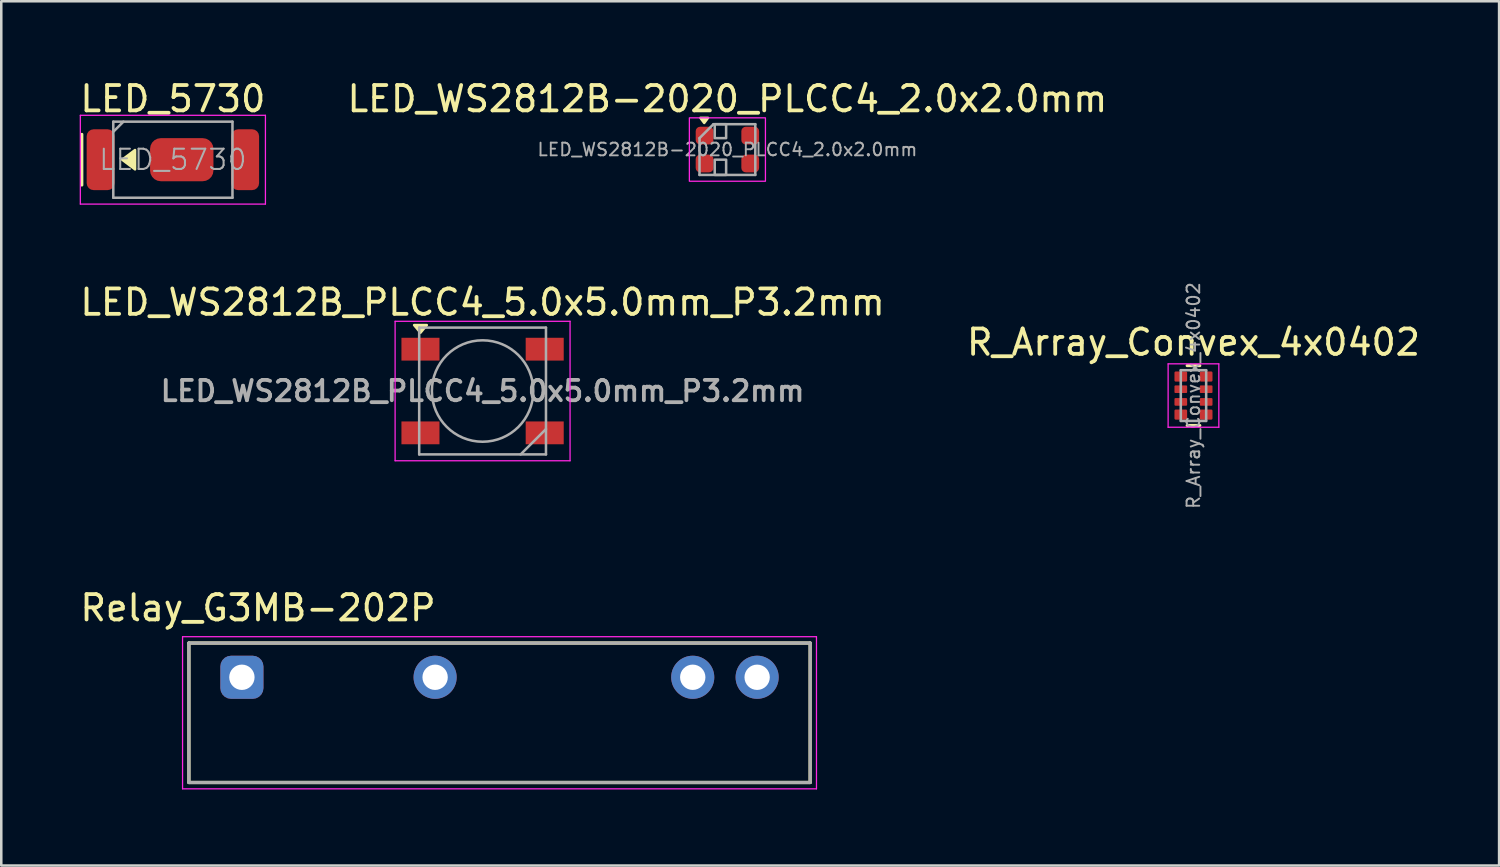
<source format=kicad_pcb>
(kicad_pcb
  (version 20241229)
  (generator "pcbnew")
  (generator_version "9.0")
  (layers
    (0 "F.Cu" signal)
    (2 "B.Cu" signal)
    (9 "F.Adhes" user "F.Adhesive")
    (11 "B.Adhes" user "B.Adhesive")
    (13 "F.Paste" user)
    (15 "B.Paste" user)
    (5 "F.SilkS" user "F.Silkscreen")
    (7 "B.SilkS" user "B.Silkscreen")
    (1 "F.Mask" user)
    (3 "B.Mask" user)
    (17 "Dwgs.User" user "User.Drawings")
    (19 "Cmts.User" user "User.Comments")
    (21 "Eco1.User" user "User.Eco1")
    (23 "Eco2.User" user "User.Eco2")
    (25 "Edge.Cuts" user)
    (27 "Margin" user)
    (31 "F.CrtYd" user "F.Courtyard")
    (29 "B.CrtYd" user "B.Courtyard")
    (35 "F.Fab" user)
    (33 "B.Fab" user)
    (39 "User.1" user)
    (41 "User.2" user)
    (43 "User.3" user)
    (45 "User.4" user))
  (footprint "R_Array_Convex_4x0402"
    (layer "F.Cu")
    (at 44.018 12.55)
    (property "Reference" "R_Array_Convex_4x0402" (at 0 -2.1 0) (layer "F.SilkS") (effects (font (size 1 1) (thickness 0.15))))
    (attr smd)
    (fp_line (start 0.25 -1.18) (end -0.25 -1.18) (stroke (width 0.12) (type solid)) (layer "F.SilkS"))
    (fp_line (start 0.25 1.18) (end -0.25 1.18) (stroke (width 0.12) (type solid)) (layer "F.SilkS"))
    (fp_line (start -1 -1.25) (end -1 1.25) (stroke (width 0.05) (type solid)) (layer "F.CrtYd"))
    (fp_line (start -1 -1.25) (end 1 -1.25) (stroke (width 0.05) (type solid)) (layer "F.CrtYd"))
    (fp_line (start 1 1.25) (end -1 1.25) (stroke (width 0.05) (type solid)) (layer "F.CrtYd"))
    (fp_line (start 1 1.25) (end 1 -1.25) (stroke (width 0.05) (type solid)) (layer "F.CrtYd"))
    (fp_line (start -0.5 -1) (end 0.5 -1) (stroke (width 0.1) (type solid)) (layer "F.Fab"))
    (fp_line (start -0.5 1) (end -0.5 -1) (stroke (width 0.1) (type solid)) (layer "F.Fab"))
    (fp_line (start 0.5 -1) (end 0.5 1) (stroke (width 0.1) (type solid)) (layer "F.Fab"))
    (fp_line (start 0.5 1) (end -0.5 1) (stroke (width 0.1) (type solid)) (layer "F.Fab"))
    (fp_text user "${REFERENCE}" (at 0 0 90) (layer "F.Fab") (effects (font (size 0.5 0.5) (thickness 0.075))))
    (pad "1" smd roundrect (at -0.5 -0.75) (size 0.5 0.4) (layers "F.Cu" "F.Mask" "F.Paste") (roundrect_rratio 0.125))
    (pad "2" smd roundrect (at -0.5 -0.25) (size 0.5 0.3) (layers "F.Cu" "F.Mask" "F.Paste") (roundrect_rratio 0.125))
    (pad "3" smd roundrect (at -0.5 0.25) (size 0.5 0.3) (layers "F.Cu" "F.Mask" "F.Paste") (roundrect_rratio 0.125))
    (pad "4" smd roundrect (at -0.5 0.75) (size 0.5 0.4) (layers "F.Cu" "F.Mask" "F.Paste") (roundrect_rratio 0.125))
    (pad "5" smd roundrect (at 0.5 0.75) (size 0.5 0.4) (layers "F.Cu" "F.Mask" "F.Paste") (roundrect_rratio 0.125))
    (pad "6" smd roundrect (at 0.5 0.25) (size 0.5 0.3) (layers "F.Cu" "F.Mask" "F.Paste") (roundrect_rratio 0.125))
    (pad "7" smd roundrect (at 0.5 -0.25) (size 0.5 0.3) (layers "F.Cu" "F.Mask" "F.Paste") (roundrect_rratio 0.125))
    (pad "8" smd roundrect (at 0.5 -0.75) (size 0.5 0.4) (layers "F.Cu" "F.Mask" "F.Paste") (roundrect_rratio 0.125)))
  (footprint "Relay_G3MB-202P"
    (layer "F.Cu")
    (at 16.65 25.06)
    (property "Reference" "Relay_G3MB-202P" (at -9.525 -4.135 0) (layer "F.SilkS") (effects (font (size 1 1) (thickness 0.15))))
    (attr through_hole)
    (fp_line (start -12.25 -2.75) (end -12.25 2.75) (stroke (width 0.127) (type solid)) (layer "F.SilkS"))
    (fp_line (start -12.25 2.75) (end 12.25 2.75) (stroke (width 0.127) (type solid)) (layer "F.SilkS"))
    (fp_line (start 12.25 -2.75) (end -12.25 -2.75) (stroke (width 0.127) (type solid)) (layer "F.SilkS"))
    (fp_line (start 12.25 2.75) (end 12.25 -2.75) (stroke (width 0.127) (type solid)) (layer "F.SilkS"))
    (fp_line (start -12.5 -3) (end 12.5 -3) (stroke (width 0.05) (type solid)) (layer "F.CrtYd"))
    (fp_line (start -12.5 3) (end -12.5 -3) (stroke (width 0.05) (type solid)) (layer "F.CrtYd"))
    (fp_line (start 12.5 -3) (end 12.5 3) (stroke (width 0.05) (type solid)) (layer "F.CrtYd"))
    (fp_line (start 12.5 3) (end -12.5 3) (stroke (width 0.05) (type solid)) (layer "F.CrtYd"))
    (fp_line (start -12.25 -2.75) (end -12.25 2.75) (stroke (width 0.127) (type solid)) (layer "F.Fab"))
    (fp_line (start -12.25 2.75) (end 12.25 2.75) (stroke (width 0.127) (type solid)) (layer "F.Fab"))
    (fp_line (start 12.25 -2.75) (end -12.25 -2.75) (stroke (width 0.127) (type solid)) (layer "F.Fab"))
    (fp_line (start 12.25 2.75) (end 12.25 -2.75) (stroke (width 0.127) (type solid)) (layer "F.Fab"))
    (pad "1" thru_hole roundrect (at -10.16 -1.4) (size 1.7 1.7) (drill 1) (layers "*.Cu" "*.Mask") (roundrect_rratio 0.25))
    (pad "2" thru_hole circle (at -2.54 -1.4) (size 1.7 1.7) (drill 1) (layers "*.Cu" "*.Mask"))
    (pad "3" thru_hole circle (at 7.62 -1.4) (size 1.7 1.7) (drill 1) (layers "*.Cu" "*.Mask"))
    (pad "4" thru_hole circle (at 10.16 -1.4) (size 1.7 1.7) (drill 1) (layers "*.Cu" "*.Mask")))
  (footprint "LED_5730"
    (layer "F.Cu")
    (at 3.768 3.248)
    (property "Reference" "LED_5730" (at 0 -2.4 0) (layer "F.SilkS") (effects (font (size 1 1) (thickness 0.15))))
    (attr smd)
    (fp_line (start -3.59 1) (end -3.59 -1) (stroke (width 0.12) (type solid)) (layer "F.SilkS"))
    (fp_poly (pts (xy -1.492 -0.381) (xy -1.492 0.381) (xy -2 0)) (stroke (width 0.1) (type solid)) (fill yes) (layer "F.SilkS"))
    (fp_line (start -3.65 -1.75) (end 3.65 -1.75) (stroke (width 0.05) (type solid)) (layer "F.CrtYd"))
    (fp_line (start -3.65 1.75) (end -3.65 -1.75) (stroke (width 0.05) (type solid)) (layer "F.CrtYd"))
    (fp_line (start 3.65 -1.75) (end 3.65 1.75) (stroke (width 0.05) (type solid)) (layer "F.CrtYd"))
    (fp_line (start 3.65 1.75) (end -3.65 1.75) (stroke (width 0.05) (type solid)) (layer "F.CrtYd"))
    (fp_line (start -2.35 -1.5) (end 2.35 -1.5) (stroke (width 0.1) (type solid)) (layer "F.Fab"))
    (fp_line (start -2.35 -1.1) (end -1.95 -1.5) (stroke (width 0.1) (type solid)) (layer "F.Fab"))
    (fp_line (start -2.35 1.5) (end -2.35 -1.5) (stroke (width 0.1) (type solid)) (layer "F.Fab"))
    (fp_line (start 2.35 -1.5) (end 2.35 1.5) (stroke (width 0.1) (type solid)) (layer "F.Fab"))
    (fp_line (start 2.35 1.5) (end -2.35 1.5) (stroke (width 0.1) (type solid)) (layer "F.Fab"))
    (fp_text user "${REFERENCE}" (at 0 0 0) (layer "F.Fab") (effects (font (size 0.8 0.8) (thickness 0.08))))
    (pad "1" smd roundrect (at -2.85 0) (size 1.1 2.4) (layers "F.Cu" "F.Mask" "F.Paste") (roundrect_rratio 0.25))
    (pad "2" smd roundrect (at 0.35 0) (size 2.5 1.7) (layers "F.Cu" "F.Mask" "F.Paste") (roundrect_rratio 0.25))
    (pad "2" smd roundrect (at 2.85 0) (size 1.1 2.4) (layers "F.Cu" "F.Mask" "F.Paste") (roundrect_rratio 0.25)))
  (footprint "LED_WS2812B-2020_PLCC4_2.0x2.0mm"
    (layer "F.Cu")
    (at 25.637 2.848)
    (property "Reference" "LED_WS2812B-2020_PLCC4_2.0x2.0mm" (at 0 -2 0) (layer "F.SilkS") (effects (font (size 1 1) (thickness 0.15))))
    (attr smd)
    (fp_poly (pts (xy -0.915 -1.05) (xy -1.065 -1.25) (xy -0.765 -1.25)) (stroke (width 0.1) (type solid)) (fill yes) (layer "F.SilkS"))
    (fp_rect (start -1.5 -1.25) (end 1.5 1.25) (stroke (width 0.05) (type default)) (fill no) (layer "F.CrtYd"))
    (fp_line (start -1.1 -0.45) (end -1.1 1) (stroke (width 0.1) (type solid)) (layer "F.Fab"))
    (fp_line (start -1.1 1) (end 1.1 1) (stroke (width 0.1) (type solid)) (layer "F.Fab"))
    (fp_line (start -0.55 -1) (end -1.1 -0.45) (stroke (width 0.1) (type solid)) (layer "F.Fab"))
    (fp_line (start 1.1 -1) (end -0.55 -1) (stroke (width 0.1) (type solid)) (layer "F.Fab"))
    (fp_line (start 1.1 -1) (end 1.1 1) (stroke (width 0.1) (type solid)) (layer "F.Fab"))
    (fp_rect (start -0.5 -1) (end -0.05 -0.45) (stroke (width 0.1) (type solid)) (fill no) (layer "F.Fab"))
    (fp_rect (start -0.5 0.4) (end -0.05 1) (stroke (width 0.1) (type solid)) (fill no) (layer "F.Fab"))
    (fp_text user "${REFERENCE}" (at 0 0 0) (layer "F.Fab") (effects (font (size 0.5 0.5) (thickness 0.075))))
    (pad "1" smd roundrect (at -0.9 -0.55) (size 0.7 0.7) (layers "F.Cu" "F.Mask" "F.Paste") (roundrect_rratio 0.25))
    (pad "2" smd roundrect (at -0.9 0.55) (size 0.7 0.7) (layers "F.Cu" "F.Mask" "F.Paste") (roundrect_rratio 0.25))
    (pad "3" smd roundrect (at 0.9 0.55) (size 0.7 0.7) (layers "F.Cu" "F.Mask" "F.Paste") (roundrect_rratio 0.25))
    (pad "4" smd roundrect (at 0.9 -0.55) (size 0.7 0.7) (layers "F.Cu" "F.Mask" "F.Paste") (roundrect_rratio 0.25)))
  (footprint "LED_WS2812B_PLCC4_5.0x5.0mm_P3.2mm"
    (layer "F.Cu")
    (at 15.982 12.371)
    (property "Reference" "LED_WS2812B_PLCC4_5.0x5.0mm_P3.2mm" (at 0 -3.5 0) (layer "F.SilkS") (effects (font (size 1 1) (thickness 0.15))))
    (attr smd)
    (fp_poly (pts (xy -2.45 -2.3) (xy -2.7 -2.6) (xy -2.2 -2.6)) (stroke (width 0.1) (type solid)) (fill yes) (layer "F.SilkS"))
    (fp_line (start -3.45 -2.75) (end -3.45 2.75) (stroke (width 0.05) (type solid)) (layer "F.CrtYd"))
    (fp_line (start -3.45 2.75) (end 3.45 2.75) (stroke (width 0.05) (type solid)) (layer "F.CrtYd"))
    (fp_line (start 3.45 -2.75) (end -3.45 -2.75) (stroke (width 0.05) (type solid)) (layer "F.CrtYd"))
    (fp_line (start 3.45 2.75) (end 3.45 -2.75) (stroke (width 0.05) (type solid)) (layer "F.CrtYd"))
    (fp_line (start -2.5 -2.5) (end -2.5 2.5) (stroke (width 0.1) (type solid)) (layer "F.Fab"))
    (fp_line (start -2.5 2.5) (end 2.5 2.5) (stroke (width 0.1) (type solid)) (layer "F.Fab"))
    (fp_line (start 2.5 -2.5) (end -2.5 -2.5) (stroke (width 0.1) (type solid)) (layer "F.Fab"))
    (fp_line (start 2.5 1.5) (end 1.5 2.5) (stroke (width 0.1) (type solid)) (layer "F.Fab"))
    (fp_line (start 2.5 2.5) (end 2.5 -2.5) (stroke (width 0.1) (type solid)) (layer "F.Fab"))
    (fp_circle (center 0 0) (end 0 -2) (stroke (width 0.1) (type solid)) (fill no) (layer "F.Fab"))
    (fp_text user "${REFERENCE}" (at 0 0 0) (layer "F.Fab") (effects (font (size 0.8 0.8) (thickness 0.15))))
    (pad "1" smd rect (at -2.45 -1.65) (size 1.5 0.9) (layers "F.Cu" "F.Mask" "F.Paste"))
    (pad "2" smd rect (at -2.45 1.65) (size 1.5 0.9) (layers "F.Cu" "F.Mask" "F.Paste"))
    (pad "3" smd rect (at 2.45 1.65) (size 1.5 0.9) (layers "F.Cu" "F.Mask" "F.Paste"))
    (pad "4" smd rect (at 2.45 -1.65) (size 1.5 0.9) (layers "F.Cu" "F.Mask" "F.Paste")))
  (gr_rect
    (start -3 -3)
    (end 56.071 31.085)
    (stroke (width 0.1) (type default))
    (fill no)
    (layer "Edge.Cuts")))
</source>
